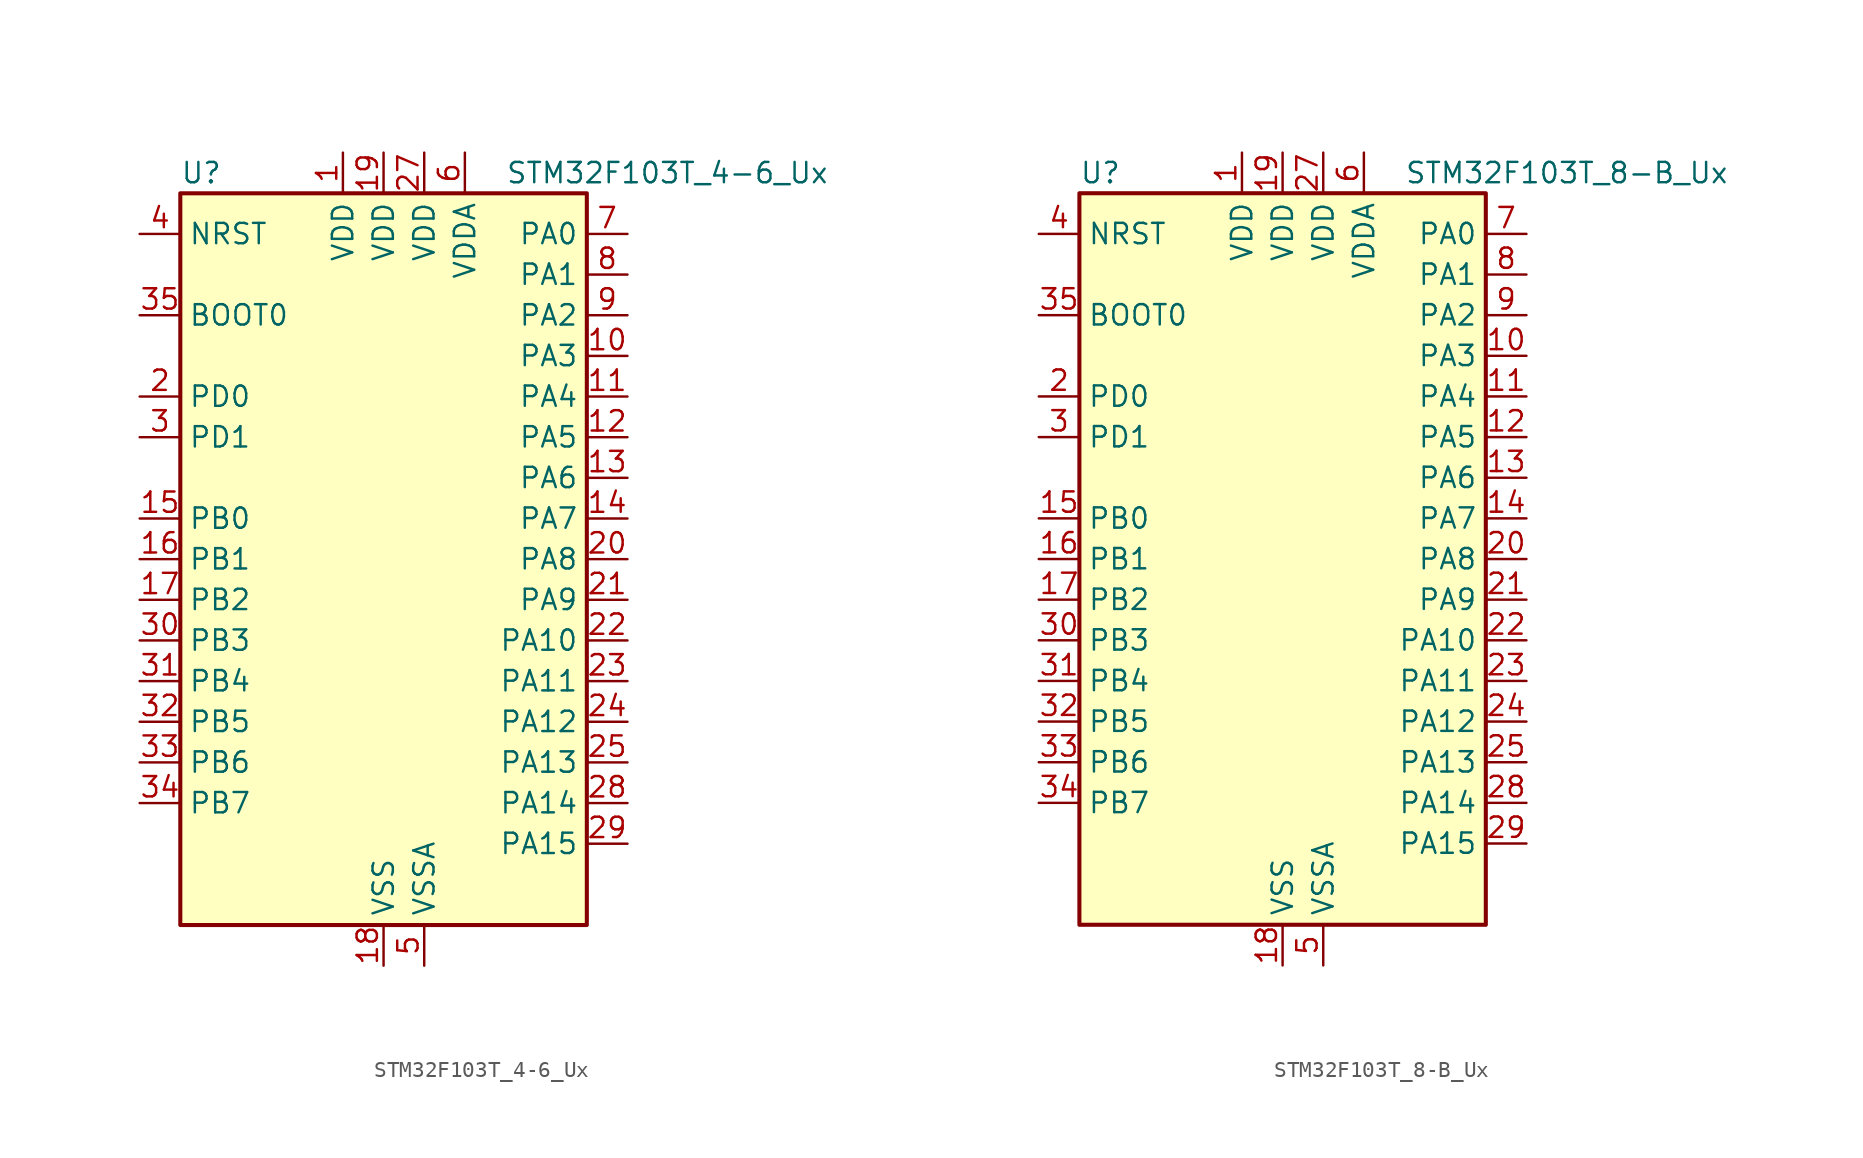
<source format=kicad_sym>
(kicad_symbol_lib
  (version 20220914)
  (generator kicad_symbol_editor)
  (symbol "STM32F103T_4-6_Ux"
    (property "Reference" "U"
      (at -12.7 24.13 0)
      (effects (font (size 1.27 1.27)) (justify left)))
    (property "Value" "STM32F103T_4-6_Ux"
      (at 7.62 24.13 0)
      (effects (font (size 1.27 1.27)) (justify left)))
    (property "ki_locked" ""
      (at 0 0 0)
      (effects (font (size 1.27 1.27))))
    (symbol "STM32F103T_4-6_Ux_0_1"
      (rectangle (start -12.7 -22.86) (end 12.7 22.86) (stroke (width 0.254) (type default)) (fill (type background))))
    (symbol "STM32F103T_4-6_Ux_1_1"
      (pin power_in line (at -2.54 25.4 270) (length 2.54) (name "VDD" (effects (font (size 1.27 1.27)))) (number "1" (effects (font (size 1.27 1.27)))))
      (pin bidirectional line (at 15.24 12.7 180) (length 2.54) (name "PA3" (effects (font (size 1.27 1.27)))) (number "10" (effects (font (size 1.27 1.27)))) (alternate "ADC1_IN3" bidirectional line) (alternate "ADC2_IN3" bidirectional line) (alternate "TIM2_CH4" bidirectional line) (alternate "USART2_RX" bidirectional line))
      (pin bidirectional line (at 15.24 10.16 180) (length 2.54) (name "PA4" (effects (font (size 1.27 1.27)))) (number "11" (effects (font (size 1.27 1.27)))) (alternate "ADC1_IN4" bidirectional line) (alternate "ADC2_IN4" bidirectional line) (alternate "SPI1_NSS" bidirectional line) (alternate "USART2_CK" bidirectional line))
      (pin bidirectional line (at 15.24 7.62 180) (length 2.54) (name "PA5" (effects (font (size 1.27 1.27)))) (number "12" (effects (font (size 1.27 1.27)))) (alternate "ADC1_IN5" bidirectional line) (alternate "ADC2_IN5" bidirectional line) (alternate "SPI1_SCK" bidirectional line))
      (pin bidirectional line (at 15.24 5.08 180) (length 2.54) (name "PA6" (effects (font (size 1.27 1.27)))) (number "13" (effects (font (size 1.27 1.27)))) (alternate "ADC1_IN6" bidirectional line) (alternate "ADC2_IN6" bidirectional line) (alternate "SPI1_MISO" bidirectional line) (alternate "TIM1_BKIN" bidirectional line) (alternate "TIM3_CH1" bidirectional line))
      (pin bidirectional line (at 15.24 2.54 180) (length 2.54) (name "PA7" (effects (font (size 1.27 1.27)))) (number "14" (effects (font (size 1.27 1.27)))) (alternate "ADC1_IN7" bidirectional line) (alternate "ADC2_IN7" bidirectional line) (alternate "SPI1_MOSI" bidirectional line) (alternate "TIM1_CH1N" bidirectional line) (alternate "TIM3_CH2" bidirectional line))
      (pin bidirectional line (at -15.24 2.54 0) (length 2.54) (name "PB0" (effects (font (size 1.27 1.27)))) (number "15" (effects (font (size 1.27 1.27)))) (alternate "ADC1_IN8" bidirectional line) (alternate "ADC2_IN8" bidirectional line) (alternate "TIM1_CH2N" bidirectional line) (alternate "TIM3_CH3" bidirectional line))
      (pin bidirectional line (at -15.24 0 0) (length 2.54) (name "PB1" (effects (font (size 1.27 1.27)))) (number "16" (effects (font (size 1.27 1.27)))) (alternate "ADC1_IN9" bidirectional line) (alternate "ADC2_IN9" bidirectional line) (alternate "TIM1_CH3N" bidirectional line) (alternate "TIM3_CH4" bidirectional line))
      (pin bidirectional line (at -15.24 -2.54 0) (length 2.54) (name "PB2" (effects (font (size 1.27 1.27)))) (number "17" (effects (font (size 1.27 1.27)))))
      (pin power_in line (at 0 -25.4 90) (length 2.54) (name "VSS" (effects (font (size 1.27 1.27)))) (number "18" (effects (font (size 1.27 1.27)))))
      (pin power_in line (at 0 25.4 270) (length 2.54) (name "VDD" (effects (font (size 1.27 1.27)))) (number "19" (effects (font (size 1.27 1.27)))))
      (pin bidirectional line (at -15.24 10.16 0) (length 2.54) (name "PD0" (effects (font (size 1.27 1.27)))) (number "2" (effects (font (size 1.27 1.27)))) (alternate "RCC_OSC_IN" bidirectional line))
      (pin bidirectional line (at 15.24 0 180) (length 2.54) (name "PA8" (effects (font (size 1.27 1.27)))) (number "20" (effects (font (size 1.27 1.27)))) (alternate "RCC_MCO" bidirectional line) (alternate "TIM1_CH1" bidirectional line) (alternate "USART1_CK" bidirectional line))
      (pin bidirectional line (at 15.24 -2.54 180) (length 2.54) (name "PA9" (effects (font (size 1.27 1.27)))) (number "21" (effects (font (size 1.27 1.27)))) (alternate "TIM1_CH2" bidirectional line) (alternate "USART1_TX" bidirectional line))
      (pin bidirectional line (at 15.24 -5.08 180) (length 2.54) (name "PA10" (effects (font (size 1.27 1.27)))) (number "22" (effects (font (size 1.27 1.27)))) (alternate "TIM1_CH3" bidirectional line) (alternate "USART1_RX" bidirectional line))
      (pin bidirectional line (at 15.24 -7.62 180) (length 2.54) (name "PA11" (effects (font (size 1.27 1.27)))) (number "23" (effects (font (size 1.27 1.27)))) (alternate "ADC1_EXTI11" bidirectional line) (alternate "ADC2_EXTI11" bidirectional line) (alternate "CAN_RX" bidirectional line) (alternate "TIM1_CH4" bidirectional line) (alternate "USART1_CTS" bidirectional line) (alternate "USB_DM" bidirectional line))
      (pin bidirectional line (at 15.24 -10.16 180) (length 2.54) (name "PA12" (effects (font (size 1.27 1.27)))) (number "24" (effects (font (size 1.27 1.27)))) (alternate "CAN_TX" bidirectional line) (alternate "TIM1_ETR" bidirectional line) (alternate "USART1_RTS" bidirectional line) (alternate "USB_DP" bidirectional line))
      (pin bidirectional line (at 15.24 -12.7 180) (length 2.54) (name "PA13" (effects (font (size 1.27 1.27)))) (number "25" (effects (font (size 1.27 1.27)))) (alternate "SYS_JTMS-SWDIO" bidirectional line))
      (pin passive line (at 0 -25.4 90) (length 2.54) hide (name "VSS" (effects (font (size 1.27 1.27)))) (number "26" (effects (font (size 1.27 1.27)))))
      (pin power_in line (at 2.54 25.4 270) (length 2.54) (name "VDD" (effects (font (size 1.27 1.27)))) (number "27" (effects (font (size 1.27 1.27)))))
      (pin bidirectional line (at 15.24 -15.24 180) (length 2.54) (name "PA14" (effects (font (size 1.27 1.27)))) (number "28" (effects (font (size 1.27 1.27)))) (alternate "SYS_JTCK-SWCLK" bidirectional line))
      (pin bidirectional line (at 15.24 -17.78 180) (length 2.54) (name "PA15" (effects (font (size 1.27 1.27)))) (number "29" (effects (font (size 1.27 1.27)))) (alternate "ADC1_EXTI15" bidirectional line) (alternate "ADC2_EXTI15" bidirectional line) (alternate "SPI1_NSS" bidirectional line) (alternate "SYS_JTDI" bidirectional line) (alternate "TIM2_CH1" bidirectional line) (alternate "TIM2_ETR" bidirectional line))
      (pin bidirectional line (at -15.24 7.62 0) (length 2.54) (name "PD1" (effects (font (size 1.27 1.27)))) (number "3" (effects (font (size 1.27 1.27)))) (alternate "RCC_OSC_OUT" bidirectional line))
      (pin bidirectional line (at -15.24 -5.08 0) (length 2.54) (name "PB3" (effects (font (size 1.27 1.27)))) (number "30" (effects (font (size 1.27 1.27)))) (alternate "SPI1_SCK" bidirectional line) (alternate "SYS_JTDO-TRACESWO" bidirectional line) (alternate "TIM2_CH2" bidirectional line))
      (pin bidirectional line (at -15.24 -7.62 0) (length 2.54) (name "PB4" (effects (font (size 1.27 1.27)))) (number "31" (effects (font (size 1.27 1.27)))) (alternate "SPI1_MISO" bidirectional line) (alternate "SYS_NJTRST" bidirectional line) (alternate "TIM3_CH1" bidirectional line))
      (pin bidirectional line (at -15.24 -10.16 0) (length 2.54) (name "PB5" (effects (font (size 1.27 1.27)))) (number "32" (effects (font (size 1.27 1.27)))) (alternate "I2C1_SMBA" bidirectional line) (alternate "SPI1_MOSI" bidirectional line) (alternate "TIM3_CH2" bidirectional line))
      (pin bidirectional line (at -15.24 -12.7 0) (length 2.54) (name "PB6" (effects (font (size 1.27 1.27)))) (number "33" (effects (font (size 1.27 1.27)))) (alternate "I2C1_SCL" bidirectional line) (alternate "USART1_TX" bidirectional line))
      (pin bidirectional line (at -15.24 -15.24 0) (length 2.54) (name "PB7" (effects (font (size 1.27 1.27)))) (number "34" (effects (font (size 1.27 1.27)))) (alternate "I2C1_SDA" bidirectional line) (alternate "USART1_RX" bidirectional line))
      (pin input line (at -15.24 15.24 0) (length 2.54) (name "BOOT0" (effects (font (size 1.27 1.27)))) (number "35" (effects (font (size 1.27 1.27)))))
      (pin passive line (at 0 -25.4 90) (length 2.54) hide (name "VSS" (effects (font (size 1.27 1.27)))) (number "36" (effects (font (size 1.27 1.27)))))
      (pin passive line (at 0 -25.4 90) (length 2.54) hide (name "VSS" (effects (font (size 1.27 1.27)))) (number "37" (effects (font (size 1.27 1.27)))))
      (pin input line (at -15.24 20.32 0) (length 2.54) (name "NRST" (effects (font (size 1.27 1.27)))) (number "4" (effects (font (size 1.27 1.27)))))
      (pin power_in line (at 2.54 -25.4 90) (length 2.54) (name "VSSA" (effects (font (size 1.27 1.27)))) (number "5" (effects (font (size 1.27 1.27)))))
      (pin power_in line (at 5.08 25.4 270) (length 2.54) (name "VDDA" (effects (font (size 1.27 1.27)))) (number "6" (effects (font (size 1.27 1.27)))))
      (pin bidirectional line (at 15.24 20.32 180) (length 2.54) (name "PA0" (effects (font (size 1.27 1.27)))) (number "7" (effects (font (size 1.27 1.27)))) (alternate "ADC1_IN0" bidirectional line) (alternate "ADC2_IN0" bidirectional line) (alternate "SYS_WKUP" bidirectional line) (alternate "TIM2_CH1" bidirectional line) (alternate "TIM2_ETR" bidirectional line) (alternate "USART2_CTS" bidirectional line))
      (pin bidirectional line (at 15.24 17.78 180) (length 2.54) (name "PA1" (effects (font (size 1.27 1.27)))) (number "8" (effects (font (size 1.27 1.27)))) (alternate "ADC1_IN1" bidirectional line) (alternate "ADC2_IN1" bidirectional line) (alternate "TIM2_CH2" bidirectional line) (alternate "USART2_RTS" bidirectional line))
      (pin bidirectional line (at 15.24 15.24 180) (length 2.54) (name "PA2" (effects (font (size 1.27 1.27)))) (number "9" (effects (font (size 1.27 1.27)))) (alternate "ADC1_IN2" bidirectional line) (alternate "ADC2_IN2" bidirectional line) (alternate "TIM2_CH3" bidirectional line) (alternate "USART2_TX" bidirectional line))))
  (symbol "STM32F103T_8-B_Ux"
    (property "Reference" "U"
      (at -12.7 24.13 0)
      (effects (font (size 1.27 1.27)) (justify left)))
    (property "Value" "STM32F103T_8-B_Ux"
      (at 7.62 24.13 0)
      (effects (font (size 1.27 1.27)) (justify left)))
    (property "ki_locked" ""
      (at 0 0 0)
      (effects (font (size 1.27 1.27))))
    (symbol "STM32F103T_8-B_Ux_0_1"
      (rectangle (start -12.7 -22.86) (end 12.7 22.86) (stroke (width 0.254) (type default)) (fill (type background))))
    (symbol "STM32F103T_8-B_Ux_1_1"
      (pin power_in line (at -2.54 25.4 270) (length 2.54) (name "VDD" (effects (font (size 1.27 1.27)))) (number "1" (effects (font (size 1.27 1.27)))))
      (pin bidirectional line (at 15.24 12.7 180) (length 2.54) (name "PA3" (effects (font (size 1.27 1.27)))) (number "10" (effects (font (size 1.27 1.27)))) (alternate "ADC1_IN3" bidirectional line) (alternate "ADC2_IN3" bidirectional line) (alternate "TIM2_CH4" bidirectional line) (alternate "USART2_RX" bidirectional line))
      (pin bidirectional line (at 15.24 10.16 180) (length 2.54) (name "PA4" (effects (font (size 1.27 1.27)))) (number "11" (effects (font (size 1.27 1.27)))) (alternate "ADC1_IN4" bidirectional line) (alternate "ADC2_IN4" bidirectional line) (alternate "SPI1_NSS" bidirectional line) (alternate "USART2_CK" bidirectional line))
      (pin bidirectional line (at 15.24 7.62 180) (length 2.54) (name "PA5" (effects (font (size 1.27 1.27)))) (number "12" (effects (font (size 1.27 1.27)))) (alternate "ADC1_IN5" bidirectional line) (alternate "ADC2_IN5" bidirectional line) (alternate "SPI1_SCK" bidirectional line))
      (pin bidirectional line (at 15.24 5.08 180) (length 2.54) (name "PA6" (effects (font (size 1.27 1.27)))) (number "13" (effects (font (size 1.27 1.27)))) (alternate "ADC1_IN6" bidirectional line) (alternate "ADC2_IN6" bidirectional line) (alternate "SPI1_MISO" bidirectional line) (alternate "TIM1_BKIN" bidirectional line) (alternate "TIM3_CH1" bidirectional line))
      (pin bidirectional line (at 15.24 2.54 180) (length 2.54) (name "PA7" (effects (font (size 1.27 1.27)))) (number "14" (effects (font (size 1.27 1.27)))) (alternate "ADC1_IN7" bidirectional line) (alternate "ADC2_IN7" bidirectional line) (alternate "SPI1_MOSI" bidirectional line) (alternate "TIM1_CH1N" bidirectional line) (alternate "TIM3_CH2" bidirectional line))
      (pin bidirectional line (at -15.24 2.54 0) (length 2.54) (name "PB0" (effects (font (size 1.27 1.27)))) (number "15" (effects (font (size 1.27 1.27)))) (alternate "ADC1_IN8" bidirectional line) (alternate "ADC2_IN8" bidirectional line) (alternate "TIM1_CH2N" bidirectional line) (alternate "TIM3_CH3" bidirectional line))
      (pin bidirectional line (at -15.24 0 0) (length 2.54) (name "PB1" (effects (font (size 1.27 1.27)))) (number "16" (effects (font (size 1.27 1.27)))) (alternate "ADC1_IN9" bidirectional line) (alternate "ADC2_IN9" bidirectional line) (alternate "TIM1_CH3N" bidirectional line) (alternate "TIM3_CH4" bidirectional line))
      (pin bidirectional line (at -15.24 -2.54 0) (length 2.54) (name "PB2" (effects (font (size 1.27 1.27)))) (number "17" (effects (font (size 1.27 1.27)))))
      (pin power_in line (at 0 -25.4 90) (length 2.54) (name "VSS" (effects (font (size 1.27 1.27)))) (number "18" (effects (font (size 1.27 1.27)))))
      (pin power_in line (at 0 25.4 270) (length 2.54) (name "VDD" (effects (font (size 1.27 1.27)))) (number "19" (effects (font (size 1.27 1.27)))))
      (pin bidirectional line (at -15.24 10.16 0) (length 2.54) (name "PD0" (effects (font (size 1.27 1.27)))) (number "2" (effects (font (size 1.27 1.27)))) (alternate "RCC_OSC_IN" bidirectional line))
      (pin bidirectional line (at 15.24 0 180) (length 2.54) (name "PA8" (effects (font (size 1.27 1.27)))) (number "20" (effects (font (size 1.27 1.27)))) (alternate "RCC_MCO" bidirectional line) (alternate "TIM1_CH1" bidirectional line) (alternate "USART1_CK" bidirectional line))
      (pin bidirectional line (at 15.24 -2.54 180) (length 2.54) (name "PA9" (effects (font (size 1.27 1.27)))) (number "21" (effects (font (size 1.27 1.27)))) (alternate "TIM1_CH2" bidirectional line) (alternate "USART1_TX" bidirectional line))
      (pin bidirectional line (at 15.24 -5.08 180) (length 2.54) (name "PA10" (effects (font (size 1.27 1.27)))) (number "22" (effects (font (size 1.27 1.27)))) (alternate "TIM1_CH3" bidirectional line) (alternate "USART1_RX" bidirectional line))
      (pin bidirectional line (at 15.24 -7.62 180) (length 2.54) (name "PA11" (effects (font (size 1.27 1.27)))) (number "23" (effects (font (size 1.27 1.27)))) (alternate "ADC1_EXTI11" bidirectional line) (alternate "ADC2_EXTI11" bidirectional line) (alternate "CAN_RX" bidirectional line) (alternate "TIM1_CH4" bidirectional line) (alternate "USART1_CTS" bidirectional line) (alternate "USB_DM" bidirectional line))
      (pin bidirectional line (at 15.24 -10.16 180) (length 2.54) (name "PA12" (effects (font (size 1.27 1.27)))) (number "24" (effects (font (size 1.27 1.27)))) (alternate "CAN_TX" bidirectional line) (alternate "TIM1_ETR" bidirectional line) (alternate "USART1_RTS" bidirectional line) (alternate "USB_DP" bidirectional line))
      (pin bidirectional line (at 15.24 -12.7 180) (length 2.54) (name "PA13" (effects (font (size 1.27 1.27)))) (number "25" (effects (font (size 1.27 1.27)))) (alternate "SYS_JTMS-SWDIO" bidirectional line))
      (pin passive line (at 0 -25.4 90) (length 2.54) hide (name "VSS" (effects (font (size 1.27 1.27)))) (number "26" (effects (font (size 1.27 1.27)))))
      (pin power_in line (at 2.54 25.4 270) (length 2.54) (name "VDD" (effects (font (size 1.27 1.27)))) (number "27" (effects (font (size 1.27 1.27)))))
      (pin bidirectional line (at 15.24 -15.24 180) (length 2.54) (name "PA14" (effects (font (size 1.27 1.27)))) (number "28" (effects (font (size 1.27 1.27)))) (alternate "SYS_JTCK-SWCLK" bidirectional line))
      (pin bidirectional line (at 15.24 -17.78 180) (length 2.54) (name "PA15" (effects (font (size 1.27 1.27)))) (number "29" (effects (font (size 1.27 1.27)))) (alternate "ADC1_EXTI15" bidirectional line) (alternate "ADC2_EXTI15" bidirectional line) (alternate "SPI1_NSS" bidirectional line) (alternate "SYS_JTDI" bidirectional line) (alternate "TIM2_CH1" bidirectional line) (alternate "TIM2_ETR" bidirectional line))
      (pin bidirectional line (at -15.24 7.62 0) (length 2.54) (name "PD1" (effects (font (size 1.27 1.27)))) (number "3" (effects (font (size 1.27 1.27)))) (alternate "RCC_OSC_OUT" bidirectional line))
      (pin bidirectional line (at -15.24 -5.08 0) (length 2.54) (name "PB3" (effects (font (size 1.27 1.27)))) (number "30" (effects (font (size 1.27 1.27)))) (alternate "SPI1_SCK" bidirectional line) (alternate "SYS_JTDO-TRACESWO" bidirectional line) (alternate "TIM2_CH2" bidirectional line))
      (pin bidirectional line (at -15.24 -7.62 0) (length 2.54) (name "PB4" (effects (font (size 1.27 1.27)))) (number "31" (effects (font (size 1.27 1.27)))) (alternate "SPI1_MISO" bidirectional line) (alternate "SYS_NJTRST" bidirectional line) (alternate "TIM3_CH1" bidirectional line))
      (pin bidirectional line (at -15.24 -10.16 0) (length 2.54) (name "PB5" (effects (font (size 1.27 1.27)))) (number "32" (effects (font (size 1.27 1.27)))) (alternate "I2C1_SMBA" bidirectional line) (alternate "SPI1_MOSI" bidirectional line) (alternate "TIM3_CH2" bidirectional line))
      (pin bidirectional line (at -15.24 -12.7 0) (length 2.54) (name "PB6" (effects (font (size 1.27 1.27)))) (number "33" (effects (font (size 1.27 1.27)))) (alternate "I2C1_SCL" bidirectional line) (alternate "TIM4_CH1" bidirectional line) (alternate "USART1_TX" bidirectional line))
      (pin bidirectional line (at -15.24 -15.24 0) (length 2.54) (name "PB7" (effects (font (size 1.27 1.27)))) (number "34" (effects (font (size 1.27 1.27)))) (alternate "I2C1_SDA" bidirectional line) (alternate "TIM4_CH2" bidirectional line) (alternate "USART1_RX" bidirectional line))
      (pin input line (at -15.24 15.24 0) (length 2.54) (name "BOOT0" (effects (font (size 1.27 1.27)))) (number "35" (effects (font (size 1.27 1.27)))))
      (pin passive line (at 0 -25.4 90) (length 2.54) hide (name "VSS" (effects (font (size 1.27 1.27)))) (number "36" (effects (font (size 1.27 1.27)))))
      (pin passive line (at 0 -25.4 90) (length 2.54) hide (name "VSS" (effects (font (size 1.27 1.27)))) (number "37" (effects (font (size 1.27 1.27)))))
      (pin input line (at -15.24 20.32 0) (length 2.54) (name "NRST" (effects (font (size 1.27 1.27)))) (number "4" (effects (font (size 1.27 1.27)))))
      (pin power_in line (at 2.54 -25.4 90) (length 2.54) (name "VSSA" (effects (font (size 1.27 1.27)))) (number "5" (effects (font (size 1.27 1.27)))))
      (pin power_in line (at 5.08 25.4 270) (length 2.54) (name "VDDA" (effects (font (size 1.27 1.27)))) (number "6" (effects (font (size 1.27 1.27)))))
      (pin bidirectional line (at 15.24 20.32 180) (length 2.54) (name "PA0" (effects (font (size 1.27 1.27)))) (number "7" (effects (font (size 1.27 1.27)))) (alternate "ADC1_IN0" bidirectional line) (alternate "ADC2_IN0" bidirectional line) (alternate "SYS_WKUP" bidirectional line) (alternate "TIM2_CH1" bidirectional line) (alternate "TIM2_ETR" bidirectional line) (alternate "USART2_CTS" bidirectional line))
      (pin bidirectional line (at 15.24 17.78 180) (length 2.54) (name "PA1" (effects (font (size 1.27 1.27)))) (number "8" (effects (font (size 1.27 1.27)))) (alternate "ADC1_IN1" bidirectional line) (alternate "ADC2_IN1" bidirectional line) (alternate "TIM2_CH2" bidirectional line) (alternate "USART2_RTS" bidirectional line))
      (pin bidirectional line (at 15.24 15.24 180) (length 2.54) (name "PA2" (effects (font (size 1.27 1.27)))) (number "9" (effects (font (size 1.27 1.27)))) (alternate "ADC1_IN2" bidirectional line) (alternate "ADC2_IN2" bidirectional line) (alternate "TIM2_CH3" bidirectional line) (alternate "USART2_TX" bidirectional line)))))
</source>
